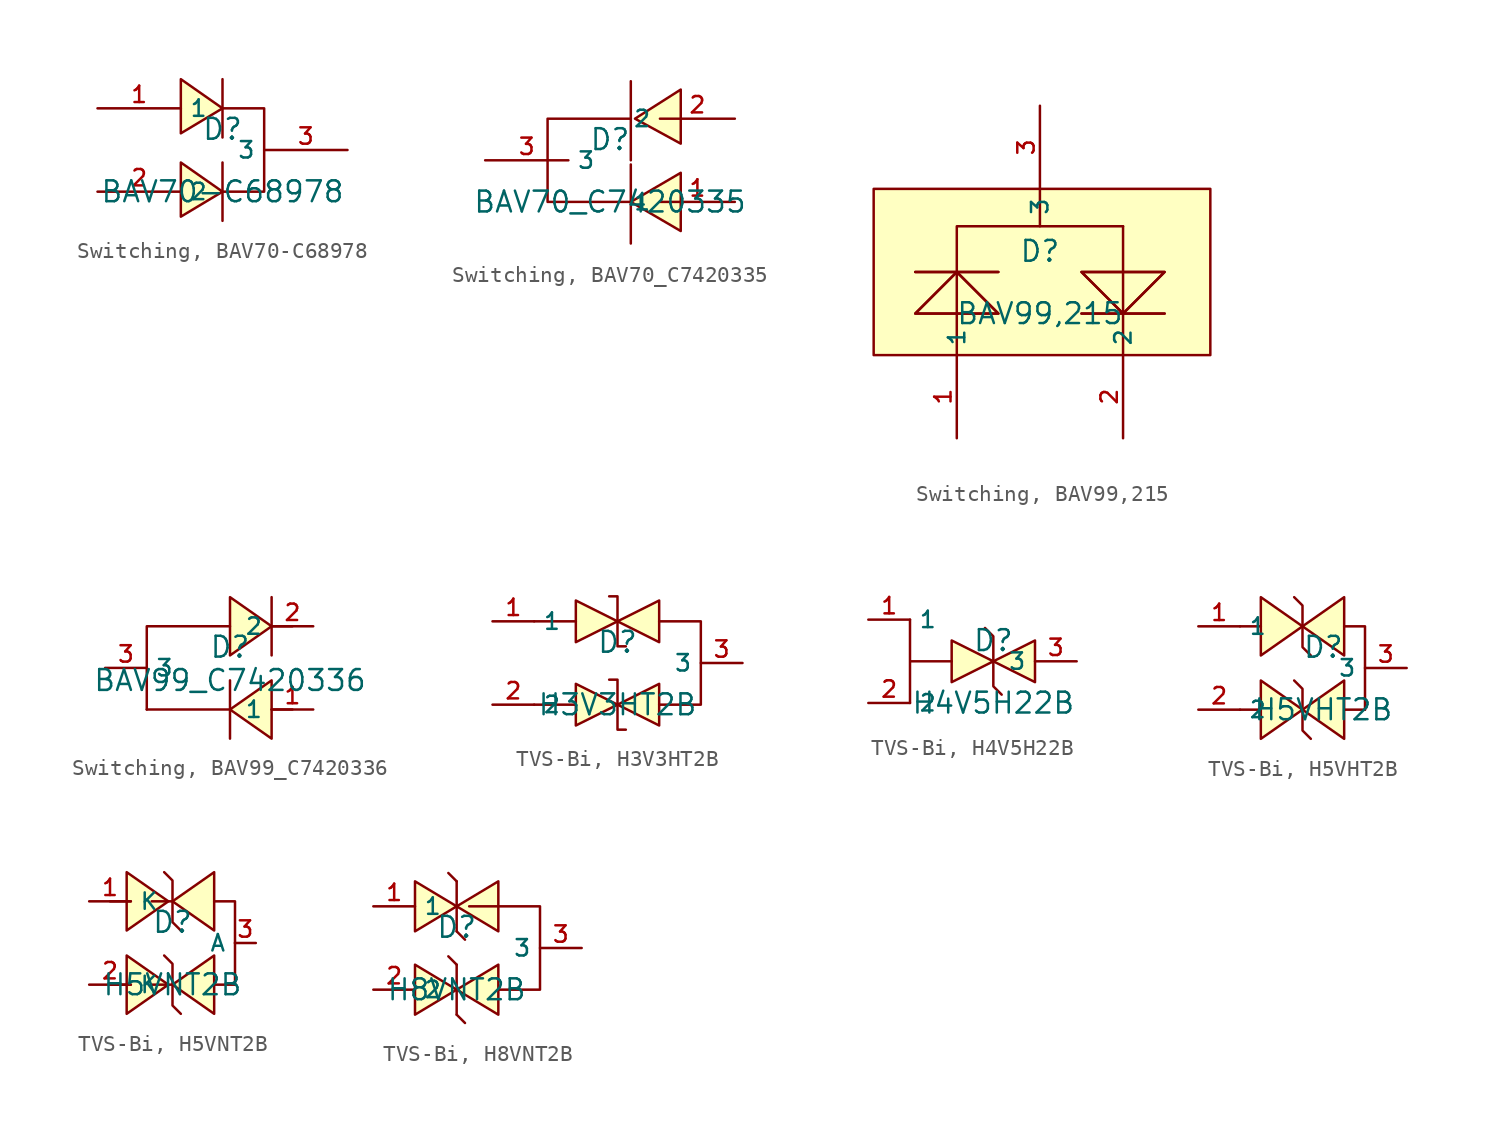
<source format=kicad_sym>
(kicad_symbol_lib
  (version 20231120)
  (generator "kicad_symbol_editor")
  (generator_version "8.0")
  (symbol "Switching, BAV70-C68978"
    (property "Reference" "D"
      (at 0 1.27 0)
      (effects (font (size 1.27 1.27))))
    (property "Value" "BAV70-C68978"
      (at 0 -2.54 0)
      (effects (font (size 1.27 1.27))))
    (symbol "Switching, BAV70-C68978_0_1"
      (polyline (pts (xy 0 -4.318) (xy 0 -0.762)) (stroke (width 0) (type default)) (fill (type none)))
      (polyline (pts (xy 0 0.762) (xy 0 4.318)) (stroke (width 0) (type default)) (fill (type none)))
      (polyline (pts (xy -2.54 -4.064) (xy 0 -2.54) (xy -2.54 -0.762) (xy -2.54 -4.064)) (stroke (width 0) (type default)) (fill (type background)))
      (polyline (pts (xy -2.54 1.016) (xy 0 2.54) (xy -2.54 4.318) (xy -2.54 1.016)) (stroke (width 0) (type default)) (fill (type background)))
      (polyline (pts (xy 0 2.54) (xy 2.54 2.54) (xy 2.54 -2.54) (xy 0 -2.54) (xy 0 -2.54)) (stroke (width 0) (type default)) (fill (type none)))
      (pin unspecified line (at -7.62 2.54 0) (length 5.08) (name "1" (effects (font (size 1 1)))) (number "1" (effects (font (size 1 1)))))
      (pin unspecified line (at -7.62 -2.54 0) (length 5.08) (name "2" (effects (font (size 1 1)))) (number "2" (effects (font (size 1 1)))))
      (pin unspecified line (at 7.62 0 180) (length 5.08) (name "3" (effects (font (size 1 1)))) (number "3" (effects (font (size 1 1)))))))
  (symbol "Switching, BAV70_C7420335"
    (property "Reference" "D"
      (at 0 1.27 0)
      (effects (font (size 1.27 1.27))))
    (property "Value" "BAV70_C7420335"
      (at 0 -2.54 0)
      (effects (font (size 1.27 1.27))))
    (symbol "Switching, BAV70_C7420335_0_1"
      (polyline (pts (xy 1.27 -0.254) (xy 1.27 -5.08)) (stroke (width 0) (type default)) (fill (type none)))
      (polyline (pts (xy 1.27 4.826) (xy 1.27 0)) (stroke (width 0) (type default)) (fill (type none)))
      (polyline (pts (xy 1.27 2.54) (xy -3.81 2.54) (xy -3.81 -2.54) (xy 1.27 -2.54)) (stroke (width 0) (type default)) (fill (type none)))
      (polyline (pts (xy 4.318 -4.318) (xy 1.27 -2.54) (xy 4.318 -0.762) (xy 4.318 -4.318)) (stroke (width 0) (type default)) (fill (type background)))
      (polyline (pts (xy 4.318 1.016) (xy 1.524 2.54) (xy 4.318 4.318) (xy 4.318 1.016)) (stroke (width 0) (type default)) (fill (type background)))
      (pin unspecified line (at 7.62 -2.54 180) (length 4.572) (name "1" (effects (font (size 1 1)))) (number "1" (effects (font (size 1 1)))))
      (pin unspecified line (at 7.62 2.54 180) (length 4.572) (name "2" (effects (font (size 1 1)))) (number "2" (effects (font (size 1 1)))))
      (pin unspecified line (at -7.62 0 0) (length 5.08) (name "3" (effects (font (size 1 1)))) (number "3" (effects (font (size 1 1)))))))
  (symbol "Switching, BAV99,215"
    (property "Reference" "D"
      (at 0 1.27 0)
      (effects (font (size 1.27 1.27))))
    (property "Value" "BAV99,215"
      (at 0 -2.54 0)
      (effects (font (size 1.27 1.27))))
    (symbol "Switching, BAV99,215_0_1"
      (rectangle (start -10.16 5.08) (end 10.414 -5.08) (stroke (width 0) (type default)) (fill (type background)))
      (polyline (pts (xy -7.62 0) (xy -2.54 0)) (stroke (width 0) (type default)) (fill (type none)))
      (polyline (pts (xy -7.62 0) (xy -2.54 0)) (stroke (width 0) (type default)) (fill (type none)))
      (polyline (pts (xy 0 5.08) (xy 0 2.794)) (stroke (width 0) (type default)) (fill (type none)))
      (polyline (pts (xy 5.08 2.794) (xy 5.08 -5.08)) (stroke (width 0) (type default)) (fill (type none)))
      (polyline (pts (xy 7.62 -2.54) (xy 2.54 -2.54)) (stroke (width 0) (type default)) (fill (type none)))
      (polyline (pts (xy 7.62 -2.54) (xy 2.54 -2.54)) (stroke (width 0) (type default)) (fill (type none)))
      (polyline (pts (xy -5.08 -5.08) (xy -5.08 2.794) (xy 5.08 2.794)) (stroke (width 0) (type default)) (fill (type none)))
      (polyline (pts (xy -2.54 -2.54) (xy -5.08 0) (xy -7.62 -2.54) (xy -2.54 -2.54)) (stroke (width 0) (type default)) (fill (type background)))
      (polyline (pts (xy -2.54 -2.54) (xy -5.08 0) (xy -7.62 -2.54) (xy -2.54 -2.54)) (stroke (width 0) (type default)) (fill (type background)))
      (polyline (pts (xy 2.54 0) (xy 5.08 -2.54) (xy 7.62 0) (xy 2.54 0)) (stroke (width 0) (type default)) (fill (type background)))
      (polyline (pts (xy 2.54 0) (xy 5.08 -2.54) (xy 7.62 0) (xy 2.54 0)) (stroke (width 0) (type default)) (fill (type background)))
      (pin input line (at -5.08 -10.16 90) (length 5.08) (name "1" (effects (font (size 1 1)))) (number "1" (effects (font (size 1 1)))))
      (pin input line (at 5.08 -10.16 90) (length 5.08) (name "2" (effects (font (size 1 1)))) (number "2" (effects (font (size 1 1)))))
      (pin input line (at 0 10.16 270) (length 5.08) (name "3" (effects (font (size 1 1)))) (number "3" (effects (font (size 1 1)))))))
  (symbol "Switching, BAV99_C7420336"
    (property "Reference" "D"
      (at 0 1.27 0)
      (effects (font (size 1.27 1.27))))
    (property "Value" "BAV99_C7420336"
      (at 0 -0.762 0)
      (effects (font (size 1.27 1.27))))
    (symbol "Switching, BAV99_C7420336_0_1"
      (polyline (pts (xy 0 -2.54) (xy -5.08 -2.54)) (stroke (width 0) (type default)) (fill (type none)))
      (polyline (pts (xy 0 -0.762) (xy 0 -4.318)) (stroke (width 0) (type default)) (fill (type none)))
      (polyline (pts (xy 2.54 0.762) (xy 2.54 4.318)) (stroke (width 0) (type default)) (fill (type none)))
      (polyline (pts (xy 3.81 -2.54) (xy 2.54 -2.54)) (stroke (width 0) (type default)) (fill (type none)))
      (polyline (pts (xy 3.81 2.54) (xy 2.54 2.54)) (stroke (width 0) (type default)) (fill (type none)))
      (polyline (pts (xy 0 0.762) (xy 2.54 2.54) (xy 0 4.318) (xy 0 0.762)) (stroke (width 0) (type default)) (fill (type background)))
      (polyline (pts (xy 0 2.54) (xy -5.08 2.54) (xy -5.08 -2.54) (xy -5.08 2.54)) (stroke (width 0) (type default)) (fill (type none)))
      (polyline (pts (xy 2.54 -0.762) (xy 0 -2.54) (xy 2.54 -4.318) (xy 2.54 -0.762)) (stroke (width 0) (type default)) (fill (type background)))
      (pin unspecified line (at 5.08 -2.54 180) (length 2.54) (name "1" (effects (font (size 1 1)))) (number "1" (effects (font (size 1 1)))))
      (pin unspecified line (at 5.08 2.54 180) (length 2.54) (name "2" (effects (font (size 1 1)))) (number "2" (effects (font (size 1 1)))))
      (pin unspecified line (at -7.62 0 0) (length 2.54) (name "3" (effects (font (size 1 1)))) (number "3" (effects (font (size 1 1)))))))
  (symbol "TVS-Bi, H3V3HT2B"
    (property "Reference" "D"
      (at 0 1.27 0)
      (effects (font (size 1.27 1.27))))
    (property "Value" "H3V3HT2B"
      (at 0 -2.54 0)
      (effects (font (size 1.27 1.27))))
    (symbol "TVS-Bi, H3V3HT2B_0_1"
      (polyline (pts (xy -2.54 -2.54) (xy -5.08 -2.54)) (stroke (width 0) (type default)) (fill (type none)))
      (polyline (pts (xy -2.54 2.54) (xy -5.08 2.54) (xy -4.826 2.54)) (stroke (width 0) (type default)) (fill (type none)))
      (polyline (pts (xy -2.54 -1.27) (xy 0 -2.54) (xy -2.54 -3.81) (xy -2.54 -1.27)) (stroke (width 0) (type default)) (fill (type background)))
      (polyline (pts (xy -2.54 3.81) (xy 0 2.54) (xy -2.54 1.27) (xy -2.54 3.81)) (stroke (width 0) (type default)) (fill (type background)))
      (polyline (pts (xy 2.54 -1.27) (xy 0 -2.54) (xy 2.54 -3.81) (xy 2.54 -1.27)) (stroke (width 0) (type default)) (fill (type background)))
      (polyline (pts (xy 2.54 2.54) (xy 5.08 2.54) (xy 5.08 -2.54) (xy 2.54 -2.54)) (stroke (width 0) (type default)) (fill (type none)))
      (polyline (pts (xy 2.54 3.81) (xy 0 2.54) (xy 2.54 1.27) (xy 2.54 3.81)) (stroke (width 0) (type default)) (fill (type background)))
      (polyline (pts (xy -0.508 -1.016) (xy -0.508 -1.016) (xy 0 -1.016) (xy 0 -4.064) (xy 0.508 -4.064) (xy 0.508 -4.064)) (stroke (width 0) (type default)) (fill (type none)))
      (polyline (pts (xy -0.508 4.064) (xy -0.508 4.064) (xy 0 4.064) (xy 0 1.016) (xy 0.508 1.016) (xy 0.508 1.016)) (stroke (width 0) (type default)) (fill (type none)))
      (pin unspecified line (at -7.62 2.54 0) (length 2.54) (name "1" (effects (font (size 1 1)))) (number "1" (effects (font (size 1 1)))))
      (pin unspecified line (at -7.62 -2.54 0) (length 2.54) (name "2" (effects (font (size 1 1)))) (number "2" (effects (font (size 1 1)))))
      (pin unspecified line (at 7.62 0 180) (length 2.54) (name "3" (effects (font (size 1 1)))) (number "3" (effects (font (size 1 1)))))))
  (symbol "TVS-Bi, H4V5H22B"
    (property "Reference" "D"
      (at 0 1.27 0)
      (effects (font (size 1.27 1.27))))
    (property "Value" "H4V5H22B"
      (at 0 -2.54 0)
      (effects (font (size 1.27 1.27))))
    (symbol "TVS-Bi, H4V5H22B_0_1"
      (polyline (pts (xy -2.54 1.27) (xy 0 0) (xy -2.54 -1.27) (xy -2.54 1.27)) (stroke (width 0) (type default)) (fill (type background)))
      (polyline (pts (xy 2.54 1.27) (xy 0 0) (xy 2.54 -1.27) (xy 2.54 1.27)) (stroke (width 0) (type default)) (fill (type background)))
      (polyline (pts (xy -0.508 2.032) (xy -0.508 2.032) (xy 0 1.524) (xy 0 -1.524) (xy 0.254 -1.778) (xy 0.508 -2.032)) (stroke (width 0) (type default)) (fill (type none)))
      (polyline (pts (xy -5.08 2.54) (xy -5.08 2.54) (xy -5.08 1.27) (xy -5.08 -2.54) (xy -5.08 -1.27) (xy -5.08 0) (xy -2.54 0)) (stroke (width 0) (type default)) (fill (type none)))
      (pin unspecified line (at -7.62 2.54 0) (length 2.54) (name "1" (effects (font (size 1 1)))) (number "1" (effects (font (size 1 1)))))
      (pin unspecified line (at -7.62 -2.54 0) (length 2.54) (name "2" (effects (font (size 1 1)))) (number "2" (effects (font (size 1 1)))))
      (pin unspecified line (at 5.08 0 180) (length 2.54) (name "3" (effects (font (size 1 1)))) (number "3" (effects (font (size 1 1)))))))
  (symbol "TVS-Bi, H5VHT2B"
    (property "Reference" "D"
      (at 0 1.27 0)
      (effects (font (size 1.27 1.27))))
    (property "Value" "H5VHT2B"
      (at 0 -2.54 0)
      (effects (font (size 1.27 1.27))))
    (symbol "TVS-Bi, H5VHT2B_0_1"
      (polyline (pts (xy -3.81 -2.54) (xy -5.08 -2.54)) (stroke (width 0) (type default)) (fill (type none)))
      (polyline (pts (xy -3.81 2.54) (xy -5.08 2.54)) (stroke (width 0) (type default)) (fill (type none)))
      (polyline (pts (xy 2.54 -2.54) (xy 1.27 -2.54)) (stroke (width 0) (type default)) (fill (type none)))
      (polyline (pts (xy 2.54 -2.54) (xy 2.54 2.54) (xy 1.27 2.54)) (stroke (width 0) (type default)) (fill (type none)))
      (polyline (pts (xy -3.81 -4.318) (xy -1.27 -2.54) (xy -3.81 -0.762) (xy -3.81 -4.318)) (stroke (width 0) (type default)) (fill (type background)))
      (polyline (pts (xy -3.81 0.762) (xy -1.27 2.54) (xy -3.81 4.318) (xy -3.81 0.762)) (stroke (width 0) (type default)) (fill (type background)))
      (polyline (pts (xy -1.778 -0.762) (xy -1.27 -1.27) (xy -1.27 -3.81) (xy -0.762 -4.318)) (stroke (width 0) (type default)) (fill (type none)))
      (polyline (pts (xy -1.778 4.318) (xy -1.27 3.81) (xy -1.27 1.27) (xy -0.762 0.762)) (stroke (width 0) (type default)) (fill (type none)))
      (polyline (pts (xy 1.27 -0.762) (xy -1.27 -2.54) (xy 1.27 -4.318) (xy 1.27 -0.762)) (stroke (width 0) (type default)) (fill (type background)))
      (polyline (pts (xy 1.27 4.318) (xy -1.27 2.54) (xy 1.27 0.762) (xy 1.27 4.318)) (stroke (width 0) (type default)) (fill (type background)))
      (pin unspecified line (at -7.62 2.54 0) (length 2.54) (name "1" (effects (font (size 1 1)))) (number "1" (effects (font (size 1 1)))))
      (pin unspecified line (at -7.62 -2.54 0) (length 2.54) (name "2" (effects (font (size 1 1)))) (number "2" (effects (font (size 1 1)))))
      (pin unspecified line (at 5.08 0 180) (length 2.54) (name "3" (effects (font (size 1 1)))) (number "3" (effects (font (size 1 1)))))))
  (symbol "TVS-Bi, H5VNT2B"
    (property "Reference" "D"
      (at 0 1.27 0)
      (effects (font (size 1.27 1.27))))
    (property "Value" "H5VNT2B"
      (at 0 -2.54 0)
      (effects (font (size 1.27 1.27))))
    (symbol "TVS-Bi, H5VNT2B_0_1"
      (polyline (pts (xy -2.54 -2.54) (xy -3.81 -2.54)) (stroke (width 0) (type default)) (fill (type none)))
      (polyline (pts (xy -2.54 2.54) (xy -3.81 2.54)) (stroke (width 0) (type default)) (fill (type none)))
      (polyline (pts (xy 0 -2.54) (xy -1.27 -2.54)) (stroke (width 0) (type default)) (fill (type none)))
      (polyline (pts (xy 0 2.54) (xy -1.27 2.54)) (stroke (width 0) (type default)) (fill (type none)))
      (polyline (pts (xy 3.81 -2.54) (xy 2.54 -2.54)) (stroke (width 0) (type default)) (fill (type none)))
      (polyline (pts (xy 3.81 -2.54) (xy 3.81 2.54) (xy 2.54 2.54)) (stroke (width 0) (type default)) (fill (type none)))
      (polyline (pts (xy -2.794 -4.318) (xy -0.254 -2.54) (xy -2.794 -0.762) (xy -2.794 -4.318)) (stroke (width 0) (type default)) (fill (type background)))
      (polyline (pts (xy -2.794 0.762) (xy -0.254 2.54) (xy -2.794 4.318) (xy -2.794 0.762)) (stroke (width 0) (type default)) (fill (type background)))
      (polyline (pts (xy -0.508 -0.762) (xy 0 -1.27) (xy 0 -3.81) (xy 0.508 -4.318)) (stroke (width 0) (type default)) (fill (type none)))
      (polyline (pts (xy -0.508 4.318) (xy 0 3.81) (xy 0 1.27) (xy 0.508 0.762)) (stroke (width 0) (type default)) (fill (type none)))
      (polyline (pts (xy 2.54 -0.762) (xy 0 -2.54) (xy 2.54 -4.318) (xy 2.54 -0.762)) (stroke (width 0) (type default)) (fill (type background)))
      (polyline (pts (xy 2.54 4.318) (xy 0 2.54) (xy 2.54 0.762) (xy 2.54 4.318)) (stroke (width 0) (type default)) (fill (type background)))
      (pin unspecified line (at -5.08 2.54 0) (length 2.54) (name "K" (effects (font (size 1 1)))) (number "1" (effects (font (size 1 1)))))
      (pin unspecified line (at -5.08 -2.54 0) (length 2.54) (name "K" (effects (font (size 1 1)))) (number "2" (effects (font (size 1 1))))))
    (symbol "TVS-Bi, H5VNT2B_1_1"
      (pin unspecified line (at 5.08 0 180) (length 1.28) (name "A" (effects (font (size 1 1)))) (number "3" (effects (font (size 1 1)))))))
  (symbol "TVS-Bi, H8VNT2B"
    (property "Reference" "D"
      (at 0 1.27 0)
      (effects (font (size 1.27 1.27))))
    (property "Value" "H8VNT2B"
      (at 0 -2.54 0)
      (effects (font (size 1.27 1.27))))
    (symbol "TVS-Bi, H8VNT2B_0_1"
      (polyline (pts (xy 0 -4.064) (xy 0 -1.016)) (stroke (width 0) (type default)) (fill (type none)))
      (polyline (pts (xy 0 1.016) (xy 0 4.064)) (stroke (width 0) (type default)) (fill (type none)))
      (polyline (pts (xy 0 -4.064) (xy 0.508 -4.572) (xy 0 -4.064)) (stroke (width 0) (type default)) (fill (type none)))
      (polyline (pts (xy 0 -1.016) (xy -0.508 -0.508) (xy 0 -1.016)) (stroke (width 0) (type default)) (fill (type none)))
      (polyline (pts (xy 0 1.016) (xy 0.508 0.508) (xy 0 1.016)) (stroke (width 0) (type default)) (fill (type none)))
      (polyline (pts (xy 0 4.064) (xy -0.508 4.572) (xy 0 4.064)) (stroke (width 0) (type default)) (fill (type none)))
      (polyline (pts (xy -2.54 -1.016) (xy 0 -2.54) (xy -2.54 -4.064) (xy -2.54 -1.016)) (stroke (width 0) (type default)) (fill (type background)))
      (polyline (pts (xy -2.54 4.064) (xy 0 2.54) (xy -2.54 1.016) (xy -2.54 4.064)) (stroke (width 0) (type default)) (fill (type background)))
      (polyline (pts (xy 2.54 -1.016) (xy 0 -2.54) (xy 2.54 -4.064) (xy 2.54 -1.016)) (stroke (width 0) (type default)) (fill (type background)))
      (polyline (pts (xy 2.54 4.064) (xy 0 2.54) (xy 2.54 1.016) (xy 2.54 4.064)) (stroke (width 0) (type default)) (fill (type background)))
      (polyline (pts (xy 2.54 -2.54) (xy 5.08 -2.54) (xy 5.08 0) (xy 5.08 2.54) (xy 0.762 2.54)) (stroke (width 0) (type default)) (fill (type none)))
      (pin unspecified line (at -5.08 2.54 0) (length 2.54) (name "1" (effects (font (size 1 1)))) (number "1" (effects (font (size 1 1)))))
      (pin unspecified line (at -5.08 -2.54 0) (length 2.54) (name "2" (effects (font (size 1 1)))) (number "2" (effects (font (size 1 1)))))
      (pin unspecified line (at 7.62 0 180) (length 2.54) (name "3" (effects (font (size 1 1)))) (number "3" (effects (font (size 1 1))))))))
</source>
